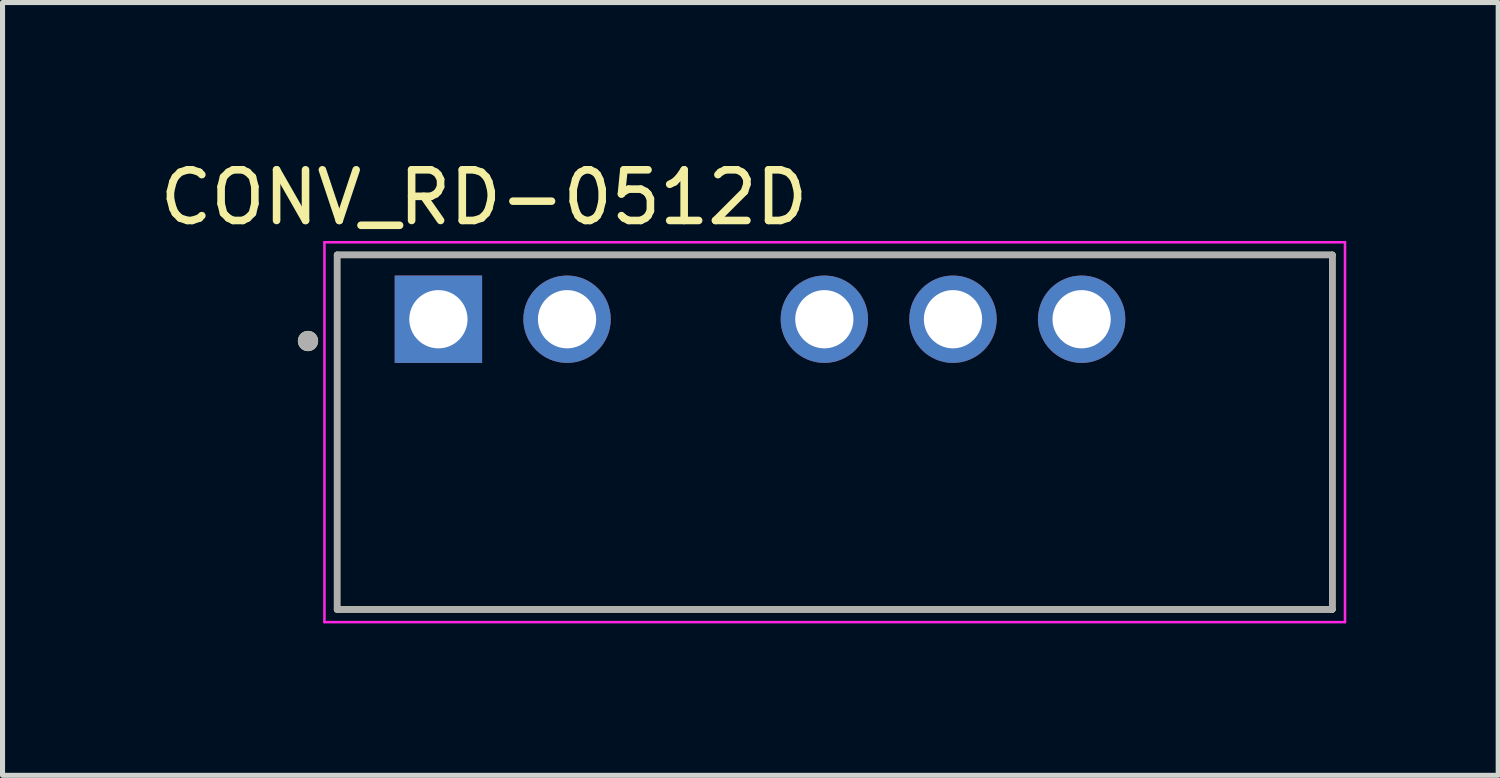
<source format=kicad_pcb>
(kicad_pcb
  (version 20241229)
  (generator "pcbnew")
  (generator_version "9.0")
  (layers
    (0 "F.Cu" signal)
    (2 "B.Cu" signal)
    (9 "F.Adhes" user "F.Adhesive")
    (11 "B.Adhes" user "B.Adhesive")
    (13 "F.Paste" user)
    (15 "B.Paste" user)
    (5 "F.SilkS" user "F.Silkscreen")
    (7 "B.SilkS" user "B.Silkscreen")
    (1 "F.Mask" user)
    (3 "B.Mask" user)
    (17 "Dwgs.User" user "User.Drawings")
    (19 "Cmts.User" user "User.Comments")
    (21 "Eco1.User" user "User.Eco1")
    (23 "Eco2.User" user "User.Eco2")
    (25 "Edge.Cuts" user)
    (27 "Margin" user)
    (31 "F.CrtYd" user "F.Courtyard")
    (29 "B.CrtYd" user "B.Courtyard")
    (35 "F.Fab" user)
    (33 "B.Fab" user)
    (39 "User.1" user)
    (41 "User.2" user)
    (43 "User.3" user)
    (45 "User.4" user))
  (footprint "CONV_RD-0512D"
    (layer "F.Cu")
    (at 13.431 5.483)
    (property "Reference" "CONV_RD-0512D" (at -6.925 -4.635 0) (layer "F.SilkS") (effects (font (size 1 1) (thickness 0.15))))
    (attr through_hole)
    (fp_line (start -9.825 -3.5) (end -9.825 3.5) (stroke (width 0.127) (type solid)) (layer "F.SilkS"))
    (fp_line (start -9.825 -3.5) (end 9.825 -3.5) (stroke (width 0.127) (type solid)) (layer "F.SilkS"))
    (fp_line (start -9.825 3.5) (end 9.825 3.5) (stroke (width 0.127) (type solid)) (layer "F.SilkS"))
    (fp_line (start 9.825 3.5) (end 9.825 -3.5) (stroke (width 0.127) (type solid)) (layer "F.SilkS"))
    (fp_circle (center -10.4 -1.8) (end -10.3 -1.8) (stroke (width 0.2) (type solid)) (fill no) (layer "F.SilkS"))
    (fp_line (start -10.075 -3.75) (end 10.075 -3.75) (stroke (width 0.05) (type solid)) (layer "F.CrtYd"))
    (fp_line (start -10.075 3.75) (end -10.075 -3.75) (stroke (width 0.05) (type solid)) (layer "F.CrtYd"))
    (fp_line (start 10.075 -3.75) (end 10.075 3.75) (stroke (width 0.05) (type solid)) (layer "F.CrtYd"))
    (fp_line (start 10.075 3.75) (end -10.075 3.75) (stroke (width 0.05) (type solid)) (layer "F.CrtYd"))
    (fp_line (start -9.825 -3.5) (end -9.825 3.5) (stroke (width 0.127) (type solid)) (layer "F.Fab"))
    (fp_line (start -9.825 3.5) (end 9.825 3.5) (stroke (width 0.127) (type solid)) (layer "F.Fab"))
    (fp_line (start 9.825 -3.5) (end -9.825 -3.5) (stroke (width 0.127) (type solid)) (layer "F.Fab"))
    (fp_line (start 9.825 3.5) (end 9.825 -3.5) (stroke (width 0.127) (type solid)) (layer "F.Fab"))
    (fp_circle (center -10.4 -1.8) (end -10.3 -1.8) (stroke (width 0.2) (type solid)) (fill no) (layer "F.Fab"))
    (pad "1" thru_hole rect (at -7.825 -2.23) (size 1.725 1.725) (drill 1.15) (layers "*.Cu" "*.Mask"))
    (pad "2" thru_hole circle (at -5.285 -2.23) (size 1.725 1.725) (drill 1.15) (layers "*.Cu" "*.Mask"))
    (pad "4" thru_hole circle (at -0.205 -2.23) (size 1.725 1.725) (drill 1.15) (layers "*.Cu" "*.Mask"))
    (pad "5" thru_hole circle (at 2.335 -2.23) (size 1.725 1.725) (drill 1.15) (layers "*.Cu" "*.Mask"))
    (pad "6" thru_hole circle (at 4.875 -2.23) (size 1.725 1.725) (drill 1.15) (layers "*.Cu" "*.Mask")))
  (gr_rect
    (start -3 -3)
    (end 26.531 12.258)
    (stroke (width 0.1) (type default))
    (fill no)
    (layer "Edge.Cuts")))
</source>
